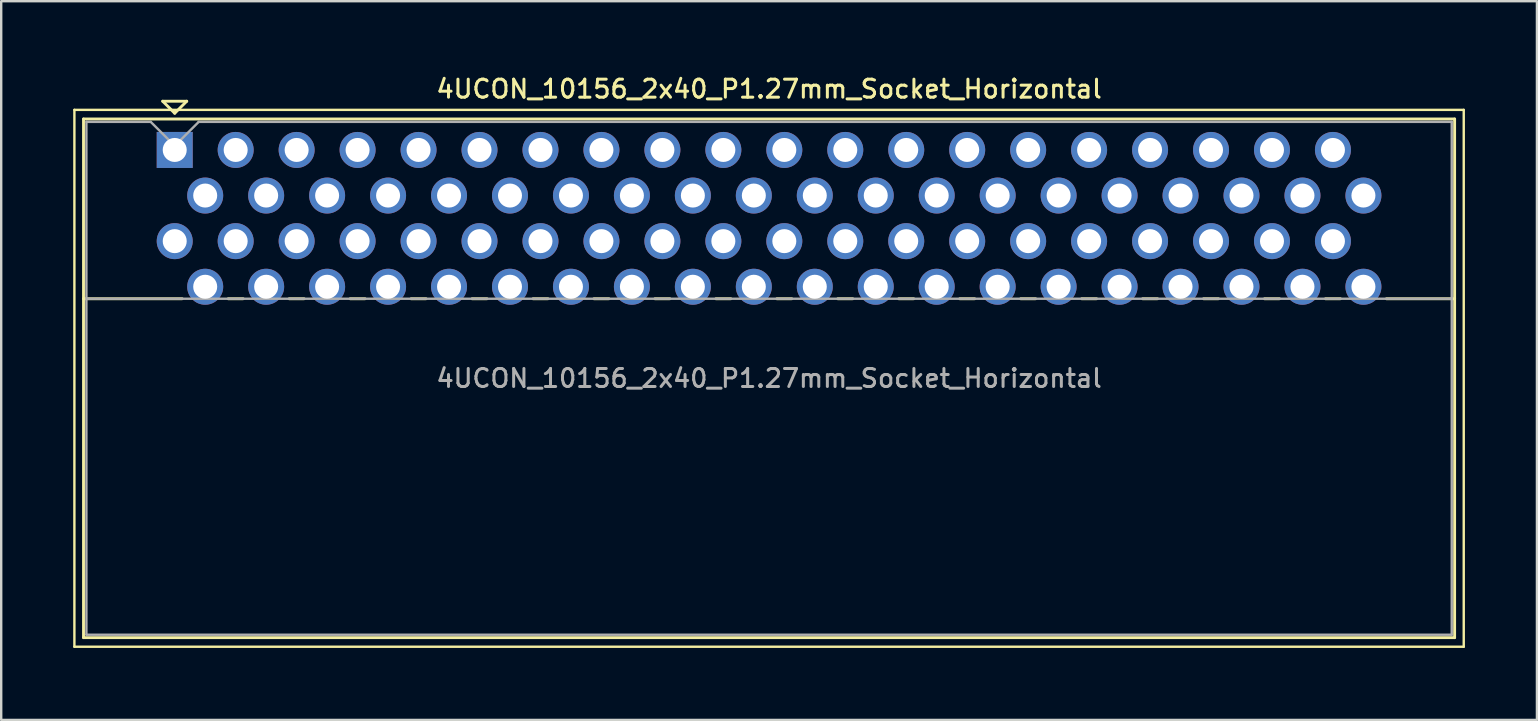
<source format=kicad_pcb>
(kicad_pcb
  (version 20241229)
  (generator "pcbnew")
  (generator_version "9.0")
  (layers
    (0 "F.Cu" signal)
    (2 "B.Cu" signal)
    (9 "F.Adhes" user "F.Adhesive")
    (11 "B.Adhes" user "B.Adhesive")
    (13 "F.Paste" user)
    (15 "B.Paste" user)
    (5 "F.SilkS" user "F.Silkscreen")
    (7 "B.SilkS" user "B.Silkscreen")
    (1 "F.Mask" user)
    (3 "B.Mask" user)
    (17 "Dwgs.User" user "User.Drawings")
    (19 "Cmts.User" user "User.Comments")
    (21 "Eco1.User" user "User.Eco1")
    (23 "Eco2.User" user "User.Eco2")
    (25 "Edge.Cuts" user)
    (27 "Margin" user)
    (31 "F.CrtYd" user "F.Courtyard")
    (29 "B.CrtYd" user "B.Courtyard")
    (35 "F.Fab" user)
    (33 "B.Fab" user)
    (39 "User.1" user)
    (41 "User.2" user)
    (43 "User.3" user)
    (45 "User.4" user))
  (footprint "4UCON_10156_2x40_P1.27mm_Socket_Horizontal"
    (layer "F.Cu")
    (at 4.23 3.198)
    (property "Reference" "4UCON_10156_2x40_P1.27mm_Socket_Horizontal" (at 24.765 -2.54 0) (layer "F.SilkS") (effects (font (size 0.75 0.75) (thickness 0.125))))
    (attr through_hole)
    (fp_line (start -4.18 -1.67) (end -4.18 20.7) (stroke (width 0.1) (type solid)) (layer "F.SilkS"))
    (fp_line (start -4.18 20.7) (end 53.71 20.7) (stroke (width 0.1) (type solid)) (layer "F.SilkS"))
    (fp_line (start -3.8 -1.29) (end -3.8 20.32) (stroke (width 0.12) (type solid)) (layer "F.SilkS"))
    (fp_line (start -3.8 6.2) (end 0.311 6.2) (stroke (width 0.12) (type solid)) (layer "F.SilkS"))
    (fp_line (start -3.8 20.32) (end 53.33 20.32) (stroke (width 0.12) (type solid)) (layer "F.SilkS"))
    (fp_line (start -0.5 -2.03) (end 0.5 -2.03) (stroke (width 0.12) (type solid)) (layer "F.SilkS"))
    (fp_line (start 0 -1.53) (end -0.5 -2.03) (stroke (width 0.12) (type solid)) (layer "F.SilkS"))
    (fp_line (start 0.5 -2.03) (end 0 -1.53) (stroke (width 0.12) (type solid)) (layer "F.SilkS"))
    (fp_line (start 2.23 6.2) (end 2.851 6.2) (stroke (width 0.12) (type solid)) (layer "F.SilkS"))
    (fp_line (start 4.77 6.2) (end 5.391 6.2) (stroke (width 0.12) (type solid)) (layer "F.SilkS"))
    (fp_line (start 7.31 6.2) (end 7.931 6.2) (stroke (width 0.12) (type solid)) (layer "F.SilkS"))
    (fp_line (start 9.85 6.2) (end 10.471 6.2) (stroke (width 0.12) (type solid)) (layer "F.SilkS"))
    (fp_line (start 12.39 6.2) (end 13.011 6.2) (stroke (width 0.12) (type solid)) (layer "F.SilkS"))
    (fp_line (start 14.93 6.2) (end 15.551 6.2) (stroke (width 0.12) (type solid)) (layer "F.SilkS"))
    (fp_line (start 17.47 6.2) (end 18.091 6.2) (stroke (width 0.12) (type solid)) (layer "F.SilkS"))
    (fp_line (start 20.01 6.2) (end 20.631 6.2) (stroke (width 0.12) (type solid)) (layer "F.SilkS"))
    (fp_line (start 22.55 6.2) (end 23.171 6.2) (stroke (width 0.12) (type solid)) (layer "F.SilkS"))
    (fp_line (start 25.09 6.2) (end 25.711 6.2) (stroke (width 0.12) (type solid)) (layer "F.SilkS"))
    (fp_line (start 27.63 6.2) (end 28.251 6.2) (stroke (width 0.12) (type solid)) (layer "F.SilkS"))
    (fp_line (start 30.17 6.2) (end 30.791 6.2) (stroke (width 0.12) (type solid)) (layer "F.SilkS"))
    (fp_line (start 32.71 6.2) (end 33.331 6.2) (stroke (width 0.12) (type solid)) (layer "F.SilkS"))
    (fp_line (start 35.25 6.2) (end 35.871 6.2) (stroke (width 0.12) (type solid)) (layer "F.SilkS"))
    (fp_line (start 37.79 6.2) (end 38.411 6.2) (stroke (width 0.12) (type solid)) (layer "F.SilkS"))
    (fp_line (start 40.33 6.2) (end 40.951 6.2) (stroke (width 0.12) (type solid)) (layer "F.SilkS"))
    (fp_line (start 42.87 6.2) (end 43.491 6.2) (stroke (width 0.12) (type solid)) (layer "F.SilkS"))
    (fp_line (start 45.41 6.2) (end 46.031 6.2) (stroke (width 0.12) (type solid)) (layer "F.SilkS"))
    (fp_line (start 47.95 6.2) (end 48.571 6.2) (stroke (width 0.12) (type solid)) (layer "F.SilkS"))
    (fp_line (start 50.49 6.2) (end 53.33 6.2) (stroke (width 0.12) (type solid)) (layer "F.SilkS"))
    (fp_line (start 53.33 -1.29) (end -3.8 -1.29) (stroke (width 0.12) (type solid)) (layer "F.SilkS"))
    (fp_line (start 53.33 20.32) (end 53.33 -1.29) (stroke (width 0.12) (type solid)) (layer "F.SilkS"))
    (fp_line (start 53.71 -1.67) (end -4.18 -1.67) (stroke (width 0.1) (type solid)) (layer "F.SilkS"))
    (fp_line (start 53.71 20.7) (end 53.71 -1.67) (stroke (width 0.1) (type solid)) (layer "F.SilkS"))
    (fp_line (start -3.68 -1.17) (end -1 -1.17) (stroke (width 0.1) (type solid)) (layer "F.Fab"))
    (fp_line (start -3.68 6.2) (end 53.21 6.2) (stroke (width 0.1) (type solid)) (layer "F.Fab"))
    (fp_line (start -3.68 20.2) (end -3.68 -1.17) (stroke (width 0.1) (type solid)) (layer "F.Fab"))
    (fp_line (start -1 -1.17) (end 0 -0.17) (stroke (width 0.1) (type solid)) (layer "F.Fab"))
    (fp_line (start 0 -0.17) (end 1 -1.17) (stroke (width 0.1) (type solid)) (layer "F.Fab"))
    (fp_line (start 1 -1.17) (end 53.21 -1.17) (stroke (width 0.1) (type solid)) (layer "F.Fab"))
    (fp_line (start 53.21 -1.17) (end 53.21 20.2) (stroke (width 0.1) (type solid)) (layer "F.Fab"))
    (fp_line (start 53.21 20.2) (end -3.68 20.2) (stroke (width 0.1) (type solid)) (layer "F.Fab"))
    (fp_text user "${REFERENCE}" (at 24.765 9.515 0) (layer "F.Fab") (effects (font (size 0.75 0.75) (thickness 0.125))))
    (pad "1" thru_hole rect (at 0 0) (size 1.5 1.5) (drill 1) (layers "*.Cu" "*.Mask"))
    (pad "2" thru_hole circle (at 0 3.8) (size 1.5 1.5) (drill 1) (layers "*.Cu" "*.Mask"))
    (pad "3" thru_hole circle (at 1.27 1.9) (size 1.5 1.5) (drill 1) (layers "*.Cu" "*.Mask"))
    (pad "4" thru_hole circle (at 1.27 5.7) (size 1.5 1.5) (drill 1) (layers "*.Cu" "*.Mask"))
    (pad "5" thru_hole circle (at 2.54 0) (size 1.5 1.5) (drill 1) (layers "*.Cu" "*.Mask"))
    (pad "6" thru_hole circle (at 2.54 3.8) (size 1.5 1.5) (drill 1) (layers "*.Cu" "*.Mask"))
    (pad "7" thru_hole circle (at 3.81 1.9) (size 1.5 1.5) (drill 1) (layers "*.Cu" "*.Mask"))
    (pad "8" thru_hole circle (at 3.81 5.7) (size 1.5 1.5) (drill 1) (layers "*.Cu" "*.Mask"))
    (pad "9" thru_hole circle (at 5.08 0) (size 1.5 1.5) (drill 1) (layers "*.Cu" "*.Mask"))
    (pad "10" thru_hole circle (at 5.08 3.8) (size 1.5 1.5) (drill 1) (layers "*.Cu" "*.Mask"))
    (pad "11" thru_hole circle (at 6.35 1.9) (size 1.5 1.5) (drill 1) (layers "*.Cu" "*.Mask"))
    (pad "12" thru_hole circle (at 6.35 5.7) (size 1.5 1.5) (drill 1) (layers "*.Cu" "*.Mask"))
    (pad "13" thru_hole circle (at 7.62 0) (size 1.5 1.5) (drill 1) (layers "*.Cu" "*.Mask"))
    (pad "14" thru_hole circle (at 7.62 3.8) (size 1.5 1.5) (drill 1) (layers "*.Cu" "*.Mask"))
    (pad "15" thru_hole circle (at 8.89 1.9) (size 1.5 1.5) (drill 1) (layers "*.Cu" "*.Mask"))
    (pad "16" thru_hole circle (at 8.89 5.7) (size 1.5 1.5) (drill 1) (layers "*.Cu" "*.Mask"))
    (pad "17" thru_hole circle (at 10.16 0) (size 1.5 1.5) (drill 1) (layers "*.Cu" "*.Mask"))
    (pad "18" thru_hole circle (at 10.16 3.8) (size 1.5 1.5) (drill 1) (layers "*.Cu" "*.Mask"))
    (pad "19" thru_hole circle (at 11.43 1.9) (size 1.5 1.5) (drill 1) (layers "*.Cu" "*.Mask"))
    (pad "20" thru_hole circle (at 11.43 5.7) (size 1.5 1.5) (drill 1) (layers "*.Cu" "*.Mask"))
    (pad "21" thru_hole circle (at 12.7 0) (size 1.5 1.5) (drill 1) (layers "*.Cu" "*.Mask"))
    (pad "22" thru_hole circle (at 12.7 3.8) (size 1.5 1.5) (drill 1) (layers "*.Cu" "*.Mask"))
    (pad "23" thru_hole circle (at 13.97 1.9) (size 1.5 1.5) (drill 1) (layers "*.Cu" "*.Mask"))
    (pad "24" thru_hole circle (at 13.97 5.7) (size 1.5 1.5) (drill 1) (layers "*.Cu" "*.Mask"))
    (pad "25" thru_hole circle (at 15.24 0) (size 1.5 1.5) (drill 1) (layers "*.Cu" "*.Mask"))
    (pad "26" thru_hole circle (at 15.24 3.8) (size 1.5 1.5) (drill 1) (layers "*.Cu" "*.Mask"))
    (pad "27" thru_hole circle (at 16.51 1.9) (size 1.5 1.5) (drill 1) (layers "*.Cu" "*.Mask"))
    (pad "28" thru_hole circle (at 16.51 5.7) (size 1.5 1.5) (drill 1) (layers "*.Cu" "*.Mask"))
    (pad "29" thru_hole circle (at 17.78 0) (size 1.5 1.5) (drill 1) (layers "*.Cu" "*.Mask"))
    (pad "30" thru_hole circle (at 17.78 3.8) (size 1.5 1.5) (drill 1) (layers "*.Cu" "*.Mask"))
    (pad "31" thru_hole circle (at 19.05 1.9) (size 1.5 1.5) (drill 1) (layers "*.Cu" "*.Mask"))
    (pad "32" thru_hole circle (at 19.05 5.7) (size 1.5 1.5) (drill 1) (layers "*.Cu" "*.Mask"))
    (pad "33" thru_hole circle (at 20.32 0) (size 1.5 1.5) (drill 1) (layers "*.Cu" "*.Mask"))
    (pad "34" thru_hole circle (at 20.32 3.8) (size 1.5 1.5) (drill 1) (layers "*.Cu" "*.Mask"))
    (pad "35" thru_hole circle (at 21.59 1.9) (size 1.5 1.5) (drill 1) (layers "*.Cu" "*.Mask"))
    (pad "36" thru_hole circle (at 21.59 5.7) (size 1.5 1.5) (drill 1) (layers "*.Cu" "*.Mask"))
    (pad "37" thru_hole circle (at 22.86 0) (size 1.5 1.5) (drill 1) (layers "*.Cu" "*.Mask"))
    (pad "38" thru_hole circle (at 22.86 3.8) (size 1.5 1.5) (drill 1) (layers "*.Cu" "*.Mask"))
    (pad "39" thru_hole circle (at 24.13 1.9) (size 1.5 1.5) (drill 1) (layers "*.Cu" "*.Mask"))
    (pad "40" thru_hole circle (at 24.13 5.7) (size 1.5 1.5) (drill 1) (layers "*.Cu" "*.Mask"))
    (pad "41" thru_hole circle (at 25.4 0) (size 1.5 1.5) (drill 1) (layers "*.Cu" "*.Mask"))
    (pad "42" thru_hole circle (at 25.4 3.8) (size 1.5 1.5) (drill 1) (layers "*.Cu" "*.Mask"))
    (pad "43" thru_hole circle (at 26.67 1.9) (size 1.5 1.5) (drill 1) (layers "*.Cu" "*.Mask"))
    (pad "44" thru_hole circle (at 26.67 5.7) (size 1.5 1.5) (drill 1) (layers "*.Cu" "*.Mask"))
    (pad "45" thru_hole circle (at 27.94 0) (size 1.5 1.5) (drill 1) (layers "*.Cu" "*.Mask"))
    (pad "46" thru_hole circle (at 27.94 3.8) (size 1.5 1.5) (drill 1) (layers "*.Cu" "*.Mask"))
    (pad "47" thru_hole circle (at 29.21 1.9) (size 1.5 1.5) (drill 1) (layers "*.Cu" "*.Mask"))
    (pad "48" thru_hole circle (at 29.21 5.7) (size 1.5 1.5) (drill 1) (layers "*.Cu" "*.Mask"))
    (pad "49" thru_hole circle (at 30.48 0) (size 1.5 1.5) (drill 1) (layers "*.Cu" "*.Mask"))
    (pad "50" thru_hole circle (at 30.48 3.8) (size 1.5 1.5) (drill 1) (layers "*.Cu" "*.Mask"))
    (pad "51" thru_hole circle (at 31.75 1.9) (size 1.5 1.5) (drill 1) (layers "*.Cu" "*.Mask"))
    (pad "52" thru_hole circle (at 31.75 5.7) (size 1.5 1.5) (drill 1) (layers "*.Cu" "*.Mask"))
    (pad "53" thru_hole circle (at 33.02 0) (size 1.5 1.5) (drill 1) (layers "*.Cu" "*.Mask"))
    (pad "54" thru_hole circle (at 33.02 3.8) (size 1.5 1.5) (drill 1) (layers "*.Cu" "*.Mask"))
    (pad "55" thru_hole circle (at 34.29 1.9) (size 1.5 1.5) (drill 1) (layers "*.Cu" "*.Mask"))
    (pad "56" thru_hole circle (at 34.29 5.7) (size 1.5 1.5) (drill 1) (layers "*.Cu" "*.Mask"))
    (pad "57" thru_hole circle (at 35.56 0) (size 1.5 1.5) (drill 1) (layers "*.Cu" "*.Mask"))
    (pad "58" thru_hole circle (at 35.56 3.8) (size 1.5 1.5) (drill 1) (layers "*.Cu" "*.Mask"))
    (pad "59" thru_hole circle (at 36.83 1.9) (size 1.5 1.5) (drill 1) (layers "*.Cu" "*.Mask"))
    (pad "60" thru_hole circle (at 36.83 5.7) (size 1.5 1.5) (drill 1) (layers "*.Cu" "*.Mask"))
    (pad "61" thru_hole circle (at 38.1 0) (size 1.5 1.5) (drill 1) (layers "*.Cu" "*.Mask"))
    (pad "62" thru_hole circle (at 38.1 3.8) (size 1.5 1.5) (drill 1) (layers "*.Cu" "*.Mask"))
    (pad "63" thru_hole circle (at 39.37 1.9) (size 1.5 1.5) (drill 1) (layers "*.Cu" "*.Mask"))
    (pad "64" thru_hole circle (at 39.37 5.7) (size 1.5 1.5) (drill 1) (layers "*.Cu" "*.Mask"))
    (pad "65" thru_hole circle (at 40.64 0) (size 1.5 1.5) (drill 1) (layers "*.Cu" "*.Mask"))
    (pad "66" thru_hole circle (at 40.64 3.8) (size 1.5 1.5) (drill 1) (layers "*.Cu" "*.Mask"))
    (pad "67" thru_hole circle (at 41.91 1.9) (size 1.5 1.5) (drill 1) (layers "*.Cu" "*.Mask"))
    (pad "68" thru_hole circle (at 41.91 5.7) (size 1.5 1.5) (drill 1) (layers "*.Cu" "*.Mask"))
    (pad "69" thru_hole circle (at 43.18 0) (size 1.5 1.5) (drill 1) (layers "*.Cu" "*.Mask"))
    (pad "70" thru_hole circle (at 43.18 3.8) (size 1.5 1.5) (drill 1) (layers "*.Cu" "*.Mask"))
    (pad "71" thru_hole circle (at 44.45 1.9) (size 1.5 1.5) (drill 1) (layers "*.Cu" "*.Mask"))
    (pad "72" thru_hole circle (at 44.45 5.7) (size 1.5 1.5) (drill 1) (layers "*.Cu" "*.Mask"))
    (pad "73" thru_hole circle (at 45.72 0) (size 1.5 1.5) (drill 1) (layers "*.Cu" "*.Mask"))
    (pad "74" thru_hole circle (at 45.72 3.8) (size 1.5 1.5) (drill 1) (layers "*.Cu" "*.Mask"))
    (pad "75" thru_hole circle (at 46.99 1.9) (size 1.5 1.5) (drill 1) (layers "*.Cu" "*.Mask"))
    (pad "76" thru_hole circle (at 46.99 5.7) (size 1.5 1.5) (drill 1) (layers "*.Cu" "*.Mask"))
    (pad "77" thru_hole circle (at 48.26 0) (size 1.5 1.5) (drill 1) (layers "*.Cu" "*.Mask"))
    (pad "78" thru_hole circle (at 48.26 3.8) (size 1.5 1.5) (drill 1) (layers "*.Cu" "*.Mask"))
    (pad "79" thru_hole circle (at 49.53 1.9) (size 1.5 1.5) (drill 1) (layers "*.Cu" "*.Mask"))
    (pad "80" thru_hole circle (at 49.53 5.7) (size 1.5 1.5) (drill 1) (layers "*.Cu" "*.Mask")))
  (gr_rect
    (start -3 -3)
    (end 60.99 26.948)
    (stroke (width 0.1) (type default))
    (fill no)
    (layer "Edge.Cuts")))
</source>
